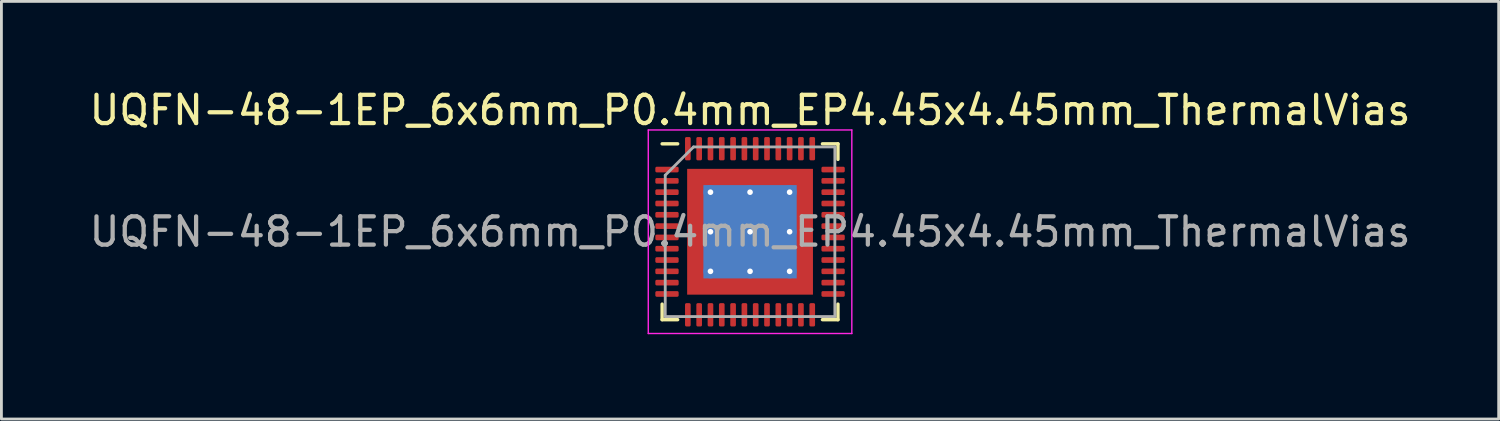
<source format=kicad_pcb>
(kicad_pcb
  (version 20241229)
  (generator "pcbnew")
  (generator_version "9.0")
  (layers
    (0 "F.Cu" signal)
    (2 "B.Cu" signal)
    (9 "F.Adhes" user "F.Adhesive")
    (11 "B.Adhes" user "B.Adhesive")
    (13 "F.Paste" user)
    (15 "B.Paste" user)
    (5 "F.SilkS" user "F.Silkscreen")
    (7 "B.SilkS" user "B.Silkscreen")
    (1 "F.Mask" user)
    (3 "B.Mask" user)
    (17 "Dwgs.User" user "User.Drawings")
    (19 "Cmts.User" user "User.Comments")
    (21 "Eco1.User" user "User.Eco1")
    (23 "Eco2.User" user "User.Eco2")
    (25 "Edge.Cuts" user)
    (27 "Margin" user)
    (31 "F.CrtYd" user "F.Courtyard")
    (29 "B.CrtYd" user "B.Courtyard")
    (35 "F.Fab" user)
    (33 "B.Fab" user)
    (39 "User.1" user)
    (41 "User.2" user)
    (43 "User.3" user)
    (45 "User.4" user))
  (footprint "UQFN-48-1EP_6x6mm_P0.4mm_EP4.45x4.45mm_ThermalVias"
    (layer "F.Cu")
    (at 23.482 5.148)
    (property "Reference" "UQFN-48-1EP_6x6mm_P0.4mm_EP4.45x4.45mm_ThermalVias" (at 0 -4.3 0) (layer "F.SilkS") (effects (font (size 1 1) (thickness 0.15))))
    (attr smd)
    (fp_line (start -3.11 3.11) (end -3.11 2.56) (stroke (width 0.12) (type solid)) (layer "F.SilkS"))
    (fp_line (start -2.56 -3.11) (end -3.11 -3.11) (stroke (width 0.12) (type solid)) (layer "F.SilkS"))
    (fp_line (start -2.56 3.11) (end -3.11 3.11) (stroke (width 0.12) (type solid)) (layer "F.SilkS"))
    (fp_line (start 2.56 -3.11) (end 3.11 -3.11) (stroke (width 0.12) (type solid)) (layer "F.SilkS"))
    (fp_line (start 2.56 3.11) (end 3.11 3.11) (stroke (width 0.12) (type solid)) (layer "F.SilkS"))
    (fp_line (start 3.11 -3.11) (end 3.11 -2.56) (stroke (width 0.12) (type solid)) (layer "F.SilkS"))
    (fp_line (start 3.11 3.11) (end 3.11 2.56) (stroke (width 0.12) (type solid)) (layer "F.SilkS"))
    (fp_line (start -3.6 -3.6) (end -3.6 3.6) (stroke (width 0.05) (type solid)) (layer "F.CrtYd"))
    (fp_line (start -3.6 3.6) (end 3.6 3.6) (stroke (width 0.05) (type solid)) (layer "F.CrtYd"))
    (fp_line (start 3.6 -3.6) (end -3.6 -3.6) (stroke (width 0.05) (type solid)) (layer "F.CrtYd"))
    (fp_line (start 3.6 3.6) (end 3.6 -3.6) (stroke (width 0.05) (type solid)) (layer "F.CrtYd"))
    (fp_line (start -3 -2) (end -2 -3) (stroke (width 0.1) (type solid)) (layer "F.Fab"))
    (fp_line (start -3 3) (end -3 -2) (stroke (width 0.1) (type solid)) (layer "F.Fab"))
    (fp_line (start -2 -3) (end 3 -3) (stroke (width 0.1) (type solid)) (layer "F.Fab"))
    (fp_line (start 3 -3) (end 3 3) (stroke (width 0.1) (type solid)) (layer "F.Fab"))
    (fp_line (start 3 3) (end -3 3) (stroke (width 0.1) (type solid)) (layer "F.Fab"))
    (fp_text user "${REFERENCE}" (at 0 0 0) (layer "F.Fab") (effects (font (size 1 1) (thickness 0.15))))
    (pad "" smd custom (at -1.812 -1.812) (size 0.578 0.578) (layers "F.Paste") (options (anchor circle)) (primitives (gr_poly (pts (xy 0.246 0.174) (xy 0.174 0.246) (xy -0.246 0.246) (xy -0.246 -0.246) (xy 0.246 -0.246)) (width 0.174) (fill yes))))
    (pad "" smd roundrect (at -1.812 -0.7) (size 0.665 1.129) (layers "F.Paste") (roundrect_rratio 0.25))
    (pad "" smd roundrect (at -1.812 0.7) (size 0.665 1.129) (layers "F.Paste") (roundrect_rratio 0.25))
    (pad "" smd custom (at -1.812 1.812) (size 0.578 0.578) (layers "F.Paste") (options (anchor circle)) (primitives (gr_poly (pts (xy 0.246 -0.174) (xy 0.246 0.246) (xy -0.246 0.246) (xy -0.246 -0.246) (xy 0.174 -0.246)) (width 0.174) (fill yes))))
    (pad "" smd roundrect (at -0.7 -1.812) (size 1.129 0.665) (layers "F.Paste") (roundrect_rratio 0.25))
    (pad "" smd roundrect (at -0.7 -0.7) (size 1.129 1.129) (layers "F.Paste") (roundrect_rratio 0.221))
    (pad "" smd roundrect (at -0.7 0.7) (size 1.129 1.129) (layers "F.Paste") (roundrect_rratio 0.221))
    (pad "" smd roundrect (at -0.7 1.812) (size 1.129 0.665) (layers "F.Paste") (roundrect_rratio 0.25))
    (pad "" smd roundrect (at 0.7 -1.812) (size 1.129 0.665) (layers "F.Paste") (roundrect_rratio 0.25))
    (pad "" smd roundrect (at 0.7 -0.7) (size 1.129 1.129) (layers "F.Paste") (roundrect_rratio 0.221))
    (pad "" smd roundrect (at 0.7 0.7) (size 1.129 1.129) (layers "F.Paste") (roundrect_rratio 0.221))
    (pad "" smd roundrect (at 0.7 1.812) (size 1.129 0.665) (layers "F.Paste") (roundrect_rratio 0.25))
    (pad "" smd custom (at 1.812 -1.812) (size 0.578 0.578) (layers "F.Paste") (options (anchor circle)) (primitives (gr_poly (pts (xy 0.246 0.246) (xy -0.174 0.246) (xy -0.246 0.174) (xy -0.246 -0.246) (xy 0.246 -0.246)) (width 0.174) (fill yes))))
    (pad "" smd roundrect (at 1.812 -0.7) (size 0.665 1.129) (layers "F.Paste") (roundrect_rratio 0.25))
    (pad "" smd roundrect (at 1.812 0.7) (size 0.665 1.129) (layers "F.Paste") (roundrect_rratio 0.25))
    (pad "" smd custom (at 1.812 1.812) (size 0.578 0.578) (layers "F.Paste") (options (anchor circle)) (primitives (gr_poly (pts (xy 0.246 0.246) (xy -0.246 0.246) (xy -0.246 -0.174) (xy -0.174 -0.246) (xy 0.246 -0.246)) (width 0.174) (fill yes))))
    (pad "1" smd roundrect (at -2.938 -2.2) (size 0.825 0.2) (layers "F.Cu" "F.Mask" "F.Paste") (roundrect_rratio 0.25))
    (pad "2" smd roundrect (at -2.938 -1.8) (size 0.825 0.2) (layers "F.Cu" "F.Mask" "F.Paste") (roundrect_rratio 0.25))
    (pad "3" smd roundrect (at -2.938 -1.4) (size 0.825 0.2) (layers "F.Cu" "F.Mask" "F.Paste") (roundrect_rratio 0.25))
    (pad "4" smd roundrect (at -2.938 -1) (size 0.825 0.2) (layers "F.Cu" "F.Mask" "F.Paste") (roundrect_rratio 0.25))
    (pad "5" smd roundrect (at -2.938 -0.6) (size 0.825 0.2) (layers "F.Cu" "F.Mask" "F.Paste") (roundrect_rratio 0.25))
    (pad "6" smd roundrect (at -2.938 -0.2) (size 0.825 0.2) (layers "F.Cu" "F.Mask" "F.Paste") (roundrect_rratio 0.25))
    (pad "7" smd roundrect (at -2.938 0.2) (size 0.825 0.2) (layers "F.Cu" "F.Mask" "F.Paste") (roundrect_rratio 0.25))
    (pad "8" smd roundrect (at -2.938 0.6) (size 0.825 0.2) (layers "F.Cu" "F.Mask" "F.Paste") (roundrect_rratio 0.25))
    (pad "9" smd roundrect (at -2.938 1) (size 0.825 0.2) (layers "F.Cu" "F.Mask" "F.Paste") (roundrect_rratio 0.25))
    (pad "10" smd roundrect (at -2.938 1.4) (size 0.825 0.2) (layers "F.Cu" "F.Mask" "F.Paste") (roundrect_rratio 0.25))
    (pad "11" smd roundrect (at -2.938 1.8) (size 0.825 0.2) (layers "F.Cu" "F.Mask" "F.Paste") (roundrect_rratio 0.25))
    (pad "12" smd roundrect (at -2.938 2.2) (size 0.825 0.2) (layers "F.Cu" "F.Mask" "F.Paste") (roundrect_rratio 0.25))
    (pad "13" smd roundrect (at -2.2 2.938) (size 0.2 0.825) (layers "F.Cu" "F.Mask" "F.Paste") (roundrect_rratio 0.25))
    (pad "14" smd roundrect (at -1.8 2.938) (size 0.2 0.825) (layers "F.Cu" "F.Mask" "F.Paste") (roundrect_rratio 0.25))
    (pad "15" smd roundrect (at -1.4 2.938) (size 0.2 0.825) (layers "F.Cu" "F.Mask" "F.Paste") (roundrect_rratio 0.25))
    (pad "16" smd roundrect (at -1 2.938) (size 0.2 0.825) (layers "F.Cu" "F.Mask" "F.Paste") (roundrect_rratio 0.25))
    (pad "17" smd roundrect (at -0.6 2.938) (size 0.2 0.825) (layers "F.Cu" "F.Mask" "F.Paste") (roundrect_rratio 0.25))
    (pad "18" smd roundrect (at -0.2 2.938) (size 0.2 0.825) (layers "F.Cu" "F.Mask" "F.Paste") (roundrect_rratio 0.25))
    (pad "19" smd roundrect (at 0.2 2.938) (size 0.2 0.825) (layers "F.Cu" "F.Mask" "F.Paste") (roundrect_rratio 0.25))
    (pad "20" smd roundrect (at 0.6 2.938) (size 0.2 0.825) (layers "F.Cu" "F.Mask" "F.Paste") (roundrect_rratio 0.25))
    (pad "21" smd roundrect (at 1 2.938) (size 0.2 0.825) (layers "F.Cu" "F.Mask" "F.Paste") (roundrect_rratio 0.25))
    (pad "22" smd roundrect (at 1.4 2.938) (size 0.2 0.825) (layers "F.Cu" "F.Mask" "F.Paste") (roundrect_rratio 0.25))
    (pad "23" smd roundrect (at 1.8 2.938) (size 0.2 0.825) (layers "F.Cu" "F.Mask" "F.Paste") (roundrect_rratio 0.25))
    (pad "24" smd roundrect (at 2.2 2.938) (size 0.2 0.825) (layers "F.Cu" "F.Mask" "F.Paste") (roundrect_rratio 0.25))
    (pad "25" smd roundrect (at 2.938 2.2) (size 0.825 0.2) (layers "F.Cu" "F.Mask" "F.Paste") (roundrect_rratio 0.25))
    (pad "26" smd roundrect (at 2.938 1.8) (size 0.825 0.2) (layers "F.Cu" "F.Mask" "F.Paste") (roundrect_rratio 0.25))
    (pad "27" smd roundrect (at 2.938 1.4) (size 0.825 0.2) (layers "F.Cu" "F.Mask" "F.Paste") (roundrect_rratio 0.25))
    (pad "28" smd roundrect (at 2.938 1) (size 0.825 0.2) (layers "F.Cu" "F.Mask" "F.Paste") (roundrect_rratio 0.25))
    (pad "29" smd roundrect (at 2.938 0.6) (size 0.825 0.2) (layers "F.Cu" "F.Mask" "F.Paste") (roundrect_rratio 0.25))
    (pad "30" smd roundrect (at 2.938 0.2) (size 0.825 0.2) (layers "F.Cu" "F.Mask" "F.Paste") (roundrect_rratio 0.25))
    (pad "31" smd roundrect (at 2.938 -0.2) (size 0.825 0.2) (layers "F.Cu" "F.Mask" "F.Paste") (roundrect_rratio 0.25))
    (pad "32" smd roundrect (at 2.938 -0.6) (size 0.825 0.2) (layers "F.Cu" "F.Mask" "F.Paste") (roundrect_rratio 0.25))
    (pad "33" smd roundrect (at 2.938 -1) (size 0.825 0.2) (layers "F.Cu" "F.Mask" "F.Paste") (roundrect_rratio 0.25))
    (pad "34" smd roundrect (at 2.938 -1.4) (size 0.825 0.2) (layers "F.Cu" "F.Mask" "F.Paste") (roundrect_rratio 0.25))
    (pad "35" smd roundrect (at 2.938 -1.8) (size 0.825 0.2) (layers "F.Cu" "F.Mask" "F.Paste") (roundrect_rratio 0.25))
    (pad "36" smd roundrect (at 2.938 -2.2) (size 0.825 0.2) (layers "F.Cu" "F.Mask" "F.Paste") (roundrect_rratio 0.25))
    (pad "37" smd roundrect (at 2.2 -2.938) (size 0.2 0.825) (layers "F.Cu" "F.Mask" "F.Paste") (roundrect_rratio 0.25))
    (pad "38" smd roundrect (at 1.8 -2.938) (size 0.2 0.825) (layers "F.Cu" "F.Mask" "F.Paste") (roundrect_rratio 0.25))
    (pad "39" smd roundrect (at 1.4 -2.938) (size 0.2 0.825) (layers "F.Cu" "F.Mask" "F.Paste") (roundrect_rratio 0.25))
    (pad "40" smd roundrect (at 1 -2.938) (size 0.2 0.825) (layers "F.Cu" "F.Mask" "F.Paste") (roundrect_rratio 0.25))
    (pad "41" smd roundrect (at 0.6 -2.938) (size 0.2 0.825) (layers "F.Cu" "F.Mask" "F.Paste") (roundrect_rratio 0.25))
    (pad "42" smd roundrect (at 0.2 -2.938) (size 0.2 0.825) (layers "F.Cu" "F.Mask" "F.Paste") (roundrect_rratio 0.25))
    (pad "43" smd roundrect (at -0.2 -2.938) (size 0.2 0.825) (layers "F.Cu" "F.Mask" "F.Paste") (roundrect_rratio 0.25))
    (pad "44" smd roundrect (at -0.6 -2.938) (size 0.2 0.825) (layers "F.Cu" "F.Mask" "F.Paste") (roundrect_rratio 0.25))
    (pad "45" smd roundrect (at -1 -2.938) (size 0.2 0.825) (layers "F.Cu" "F.Mask" "F.Paste") (roundrect_rratio 0.25))
    (pad "46" smd roundrect (at -1.4 -2.938) (size 0.2 0.825) (layers "F.Cu" "F.Mask" "F.Paste") (roundrect_rratio 0.25))
    (pad "47" smd roundrect (at -1.8 -2.938) (size 0.2 0.825) (layers "F.Cu" "F.Mask" "F.Paste") (roundrect_rratio 0.25))
    (pad "48" smd roundrect (at -2.2 -2.938) (size 0.2 0.825) (layers "F.Cu" "F.Mask" "F.Paste") (roundrect_rratio 0.25))
    (pad "49" thru_hole circle (at -1.4 -1.4) (size 0.5 0.5) (drill 0.2) (layers "*.Cu"))
    (pad "49" thru_hole circle (at -1.4 0) (size 0.5 0.5) (drill 0.2) (layers "*.Cu"))
    (pad "49" thru_hole circle (at -1.4 1.4) (size 0.5 0.5) (drill 0.2) (layers "*.Cu"))
    (pad "49" thru_hole circle (at 0 -1.4) (size 0.5 0.5) (drill 0.2) (layers "*.Cu"))
    (pad "49" thru_hole circle (at 0 0) (size 0.5 0.5) (drill 0.2) (layers "*.Cu"))
    (pad "49" smd rect (at 0 0) (size 3.3 3.3) (layers "B.Cu"))
    (pad "49" smd rect (at 0 0) (size 4.45 4.45) (layers "F.Cu" "F.Mask"))
    (pad "49" thru_hole circle (at 0 1.4) (size 0.5 0.5) (drill 0.2) (layers "*.Cu"))
    (pad "49" thru_hole circle (at 1.4 -1.4) (size 0.5 0.5) (drill 0.2) (layers "*.Cu"))
    (pad "49" thru_hole circle (at 1.4 0) (size 0.5 0.5) (drill 0.2) (layers "*.Cu"))
    (pad "49" thru_hole circle (at 1.4 1.4) (size 0.5 0.5) (drill 0.2) (layers "*.Cu")))
  (gr_rect
    (start -3 -3)
    (end 49.964 11.773)
    (stroke (width 0.1) (type default))
    (fill no)
    (layer "Edge.Cuts")))
</source>
